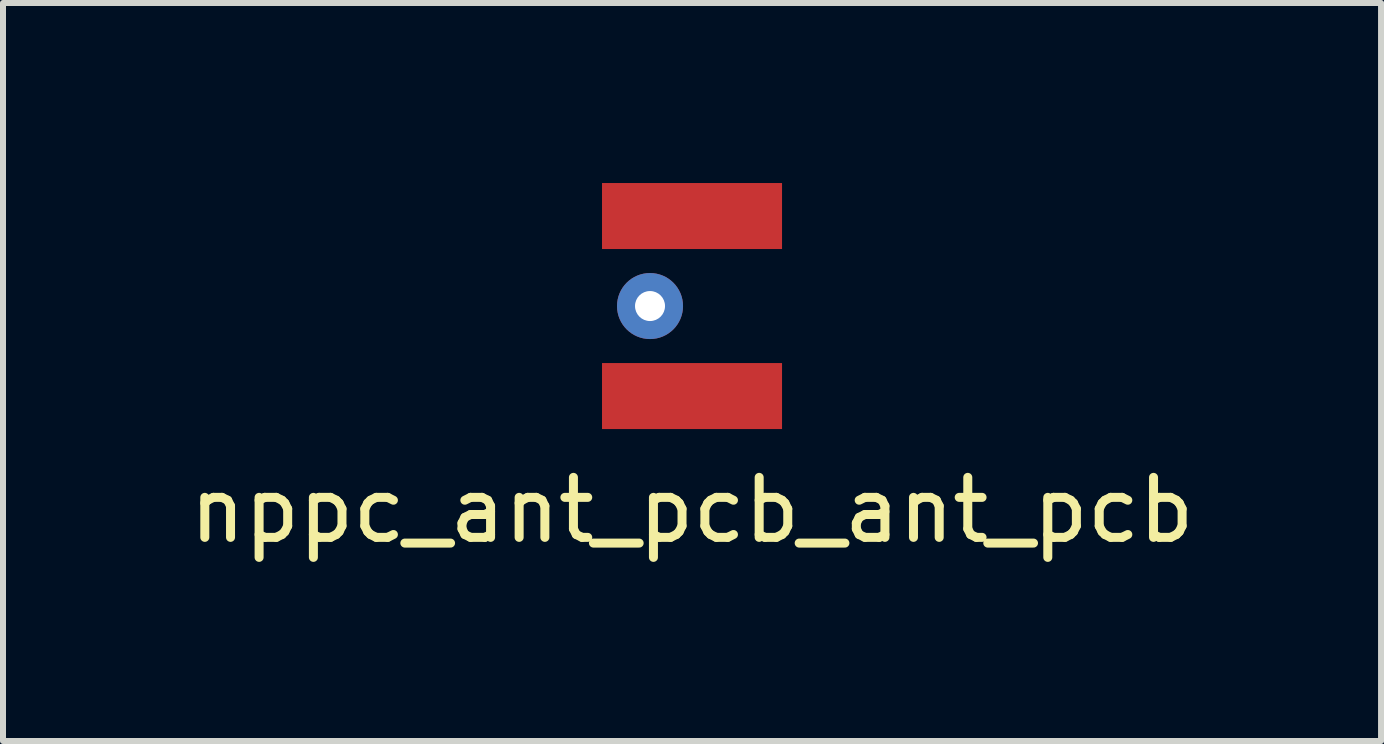
<source format=kicad_pcb>
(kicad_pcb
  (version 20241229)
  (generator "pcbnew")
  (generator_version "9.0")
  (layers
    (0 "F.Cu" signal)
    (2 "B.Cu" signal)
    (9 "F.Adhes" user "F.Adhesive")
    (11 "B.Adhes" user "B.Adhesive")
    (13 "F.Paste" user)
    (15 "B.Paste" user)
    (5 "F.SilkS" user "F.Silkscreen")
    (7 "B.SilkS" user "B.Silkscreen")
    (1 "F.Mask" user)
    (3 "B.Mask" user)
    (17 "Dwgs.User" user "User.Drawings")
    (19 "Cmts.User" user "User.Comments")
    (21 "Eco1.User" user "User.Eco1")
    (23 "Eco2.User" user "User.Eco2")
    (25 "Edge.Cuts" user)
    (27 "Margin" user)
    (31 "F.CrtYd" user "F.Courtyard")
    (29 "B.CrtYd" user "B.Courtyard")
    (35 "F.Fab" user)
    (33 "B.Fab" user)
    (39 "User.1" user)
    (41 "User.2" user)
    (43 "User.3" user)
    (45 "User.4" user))
  (footprint "nppc_ant_pcb_ant_pcb"
    (layer "F.Cu")
    (at 8.482 2.05)
    (property "Reference" "nppc_ant_pcb_ant_pcb" (at 0 3.4 0) (layer "F.SilkS") (effects (font (size 1 1) (thickness 0.15))))
    (attr through_hole)
    (pad "1" thru_hole circle (at -0.7 0) (size 1.1 1.1) (drill 0.5) (layers "*.Cu" "*.Mask"))
    (pad "2" smd rect (at 0 -1.5) (size 3 1.1) (layers "F.Cu" "F.Mask" "F.Paste"))
    (pad "2" smd rect (at 0 1.5) (size 3 1.1) (layers "F.Cu" "F.Mask" "F.Paste")))
  (gr_rect
    (start -3 -3)
    (end 19.964 9.298)
    (stroke (width 0.1) (type default))
    (fill no)
    (layer "Edge.Cuts")))
</source>
